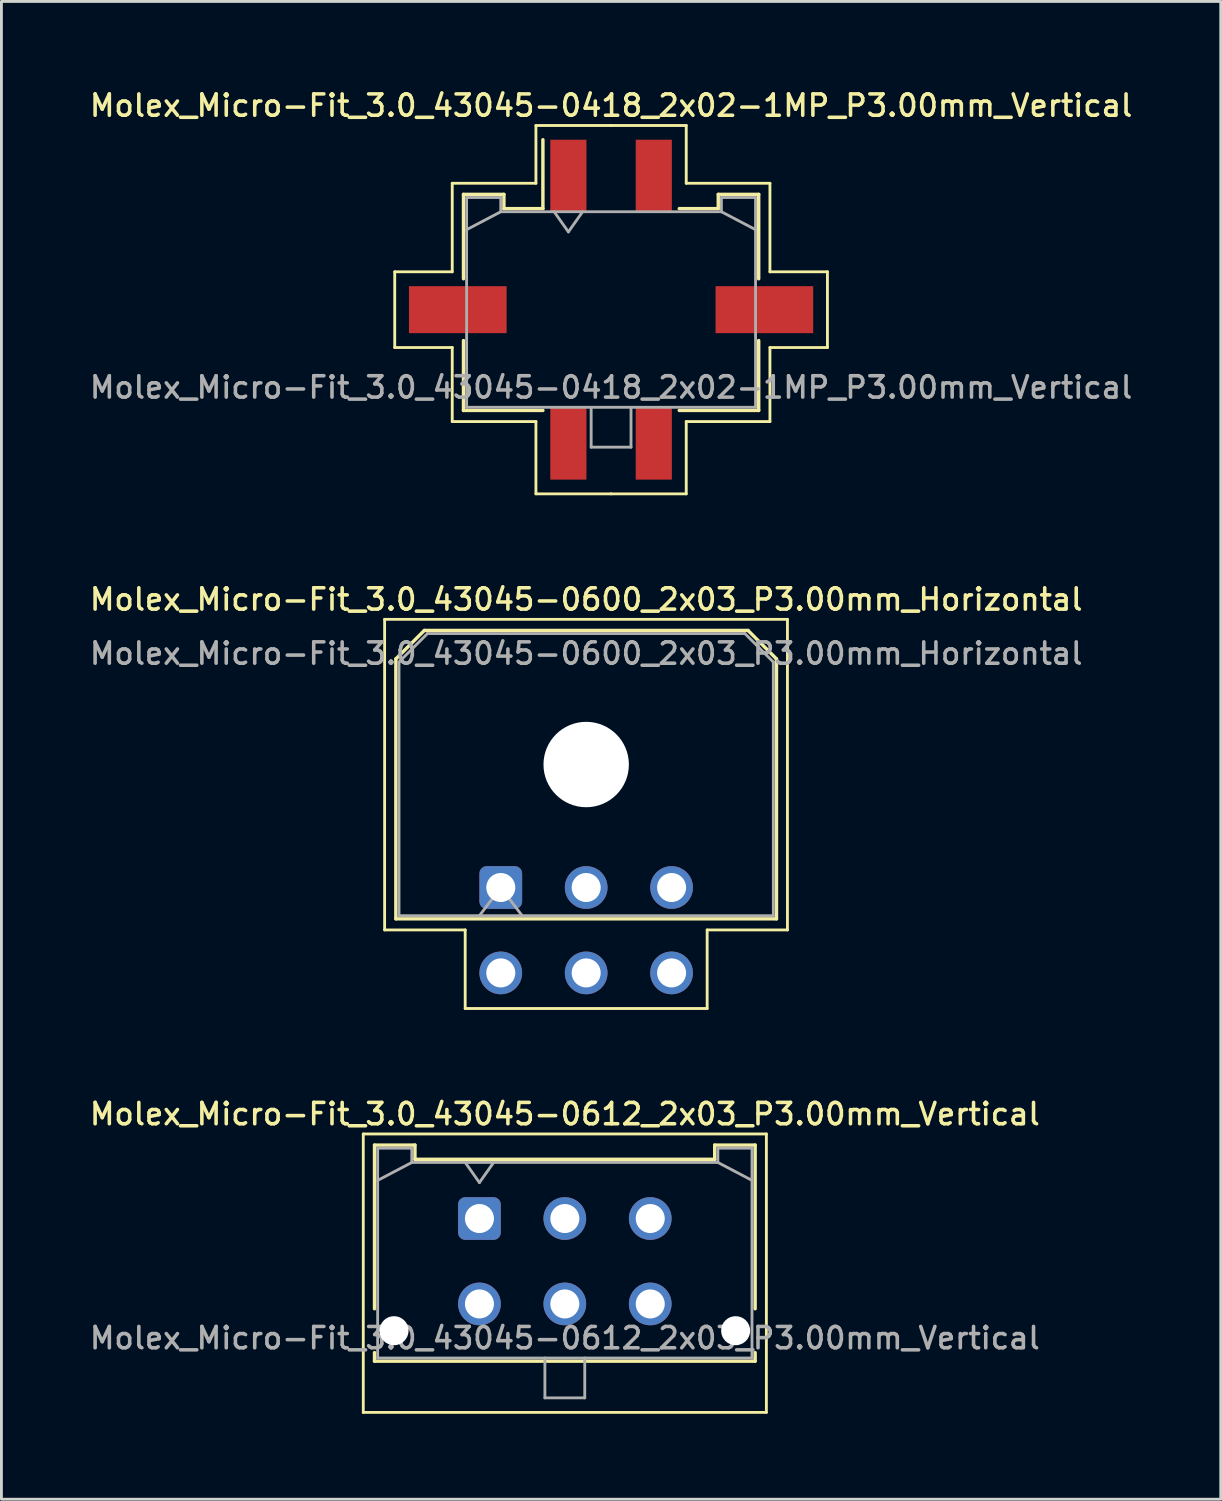
<source format=kicad_pcb>
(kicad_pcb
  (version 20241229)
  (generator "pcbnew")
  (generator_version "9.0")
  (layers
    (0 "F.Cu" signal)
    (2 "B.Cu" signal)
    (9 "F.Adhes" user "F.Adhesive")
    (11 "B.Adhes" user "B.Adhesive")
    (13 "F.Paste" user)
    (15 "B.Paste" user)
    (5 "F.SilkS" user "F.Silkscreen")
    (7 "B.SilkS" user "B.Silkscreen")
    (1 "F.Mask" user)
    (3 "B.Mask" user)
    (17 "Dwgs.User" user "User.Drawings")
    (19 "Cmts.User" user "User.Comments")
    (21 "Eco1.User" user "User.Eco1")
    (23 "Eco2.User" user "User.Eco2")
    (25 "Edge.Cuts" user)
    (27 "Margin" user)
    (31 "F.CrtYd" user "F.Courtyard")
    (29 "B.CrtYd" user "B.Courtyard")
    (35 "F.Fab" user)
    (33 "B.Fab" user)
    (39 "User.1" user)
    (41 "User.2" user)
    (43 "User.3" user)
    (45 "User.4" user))
  (footprint "Molex_Micro-Fit_3.0_43045-0600_2x03_P3.00mm_Horizontal"
    (layer "F.Cu")
    (at 14.541 28.126)
    (property "Reference" "Molex_Micro-Fit_3.0_43045-0600_2x03_P3.00mm_Horizontal" (at 3 -10.12 0) (layer "F.SilkS") (effects (font (size 0.75 0.75) (thickness 0.125))))
    (attr through_hole)
    (fp_line (start -4.08 -9.42) (end 10.07 -9.42) (stroke (width 0.1) (type solid)) (layer "F.SilkS"))
    (fp_line (start -4.08 1.49) (end -4.08 -9.42) (stroke (width 0.1) (type solid)) (layer "F.SilkS"))
    (fp_line (start -3.685 -8.03) (end -2.685 -9.03) (stroke (width 0.12) (type solid)) (layer "F.SilkS"))
    (fp_line (start -3.685 1.1) (end -3.685 -8.03) (stroke (width 0.12) (type solid)) (layer "F.SilkS"))
    (fp_line (start -2.685 -9.03) (end 8.685 -9.03) (stroke (width 0.12) (type solid)) (layer "F.SilkS"))
    (fp_line (start -1.25 1.49) (end -4.08 1.49) (stroke (width 0.1) (type solid)) (layer "F.SilkS"))
    (fp_line (start -1.25 4.25) (end -1.25 1.49) (stroke (width 0.1) (type solid)) (layer "F.SilkS"))
    (fp_line (start 7.25 1.49) (end 7.25 4.25) (stroke (width 0.1) (type solid)) (layer "F.SilkS"))
    (fp_line (start 7.25 4.25) (end -1.25 4.25) (stroke (width 0.1) (type solid)) (layer "F.SilkS"))
    (fp_line (start 8.685 -9.03) (end 9.685 -8.03) (stroke (width 0.12) (type solid)) (layer "F.SilkS"))
    (fp_line (start 9.685 -8.03) (end 9.685 1.1) (stroke (width 0.12) (type solid)) (layer "F.SilkS"))
    (fp_line (start 9.685 1.1) (end -3.685 1.1) (stroke (width 0.12) (type solid)) (layer "F.SilkS"))
    (fp_line (start 10.07 -9.42) (end 10.07 1.49) (stroke (width 0.1) (type solid)) (layer "F.SilkS"))
    (fp_line (start 10.07 1.49) (end 7.25 1.49) (stroke (width 0.1) (type solid)) (layer "F.SilkS"))
    (fp_line (start -3.575 -7.92) (end -2.575 -8.92) (stroke (width 0.1) (type solid)) (layer "F.Fab"))
    (fp_line (start -3.575 0.99) (end -3.575 -7.92) (stroke (width 0.1) (type solid)) (layer "F.Fab"))
    (fp_line (start -2.575 -8.92) (end 8.575 -8.92) (stroke (width 0.1) (type solid)) (layer "F.Fab"))
    (fp_line (start -0.75 0.99) (end 0 0) (stroke (width 0.1) (type solid)) (layer "F.Fab"))
    (fp_line (start 0 0) (end 0.75 0.99) (stroke (width 0.1) (type solid)) (layer "F.Fab"))
    (fp_line (start 8.575 -8.92) (end 9.575 -7.92) (stroke (width 0.1) (type solid)) (layer "F.Fab"))
    (fp_line (start 9.575 -7.92) (end 9.575 0.99) (stroke (width 0.1) (type solid)) (layer "F.Fab"))
    (fp_line (start 9.575 0.99) (end -3.575 0.99) (stroke (width 0.1) (type solid)) (layer "F.Fab"))
    (fp_text user "${REFERENCE}" (at 3 -8.22 0) (layer "F.Fab") (effects (font (size 0.75 0.75) (thickness 0.125))))
    (pad "" np_thru_hole circle (at 3 -4.32) (size 3 3) (drill 3) (layers "*.Cu" "*.Mask"))
    (pad "1" thru_hole roundrect (at 0 0) (size 1.5 1.5) (drill 1.02) (layers "*.Cu" "*.Mask") (roundrect_rratio 0.167))
    (pad "2" thru_hole circle (at 3 0) (size 1.5 1.5) (drill 1.02) (layers "*.Cu" "*.Mask"))
    (pad "3" thru_hole circle (at 6 0) (size 1.5 1.5) (drill 1.02) (layers "*.Cu" "*.Mask"))
    (pad "4" thru_hole circle (at 0 3) (size 1.5 1.5) (drill 1.02) (layers "*.Cu" "*.Mask"))
    (pad "5" thru_hole circle (at 3 3) (size 1.5 1.5) (drill 1.02) (layers "*.Cu" "*.Mask"))
    (pad "6" thru_hole circle (at 6 3) (size 1.5 1.5) (drill 1.02) (layers "*.Cu" "*.Mask")))
  (footprint "Molex_Micro-Fit_3.0_43045-0418_2x02-1MP_P3.00mm_Vertical"
    (layer "F.Cu")
    (at 18.416 7.828)
    (property "Reference" "Molex_Micro-Fit_3.0_43045-0418_2x02-1MP_P3.00mm_Vertical" (at 0 -7.17 0) (layer "F.SilkS") (effects (font (size 0.75 0.75) (thickness 0.125))))
    (attr smd)
    (fp_line (start -7.6 -1.33) (end -7.6 1.33) (stroke (width 0.1) (type solid)) (layer "F.SilkS"))
    (fp_line (start -7.6 1.33) (end -5.58 1.33) (stroke (width 0.1) (type solid)) (layer "F.SilkS"))
    (fp_line (start -5.58 -4.44) (end -5.58 -1.33) (stroke (width 0.1) (type solid)) (layer "F.SilkS"))
    (fp_line (start -5.58 -1.33) (end -7.6 -1.33) (stroke (width 0.1) (type solid)) (layer "F.SilkS"))
    (fp_line (start -5.58 1.33) (end -5.58 3.93) (stroke (width 0.1) (type solid)) (layer "F.SilkS"))
    (fp_line (start -5.58 3.93) (end -2.64 3.93) (stroke (width 0.1) (type solid)) (layer "F.SilkS"))
    (fp_line (start -5.185 -4.05) (end -3.765 -4.05) (stroke (width 0.12) (type solid)) (layer "F.SilkS"))
    (fp_line (start -5.185 -1.085) (end -5.185 -4.05) (stroke (width 0.12) (type solid)) (layer "F.SilkS"))
    (fp_line (start -5.185 1.085) (end -5.185 3.54) (stroke (width 0.12) (type solid)) (layer "F.SilkS"))
    (fp_line (start -5.185 3.54) (end -2.395 3.54) (stroke (width 0.12) (type solid)) (layer "F.SilkS"))
    (fp_line (start -3.765 -4.05) (end -3.765 -3.55) (stroke (width 0.12) (type solid)) (layer "F.SilkS"))
    (fp_line (start -3.765 -3.55) (end -2.395 -3.55) (stroke (width 0.12) (type solid)) (layer "F.SilkS"))
    (fp_line (start -2.64 -6.47) (end -2.64 -4.44) (stroke (width 0.1) (type solid)) (layer "F.SilkS"))
    (fp_line (start -2.64 -4.44) (end -5.58 -4.44) (stroke (width 0.1) (type solid)) (layer "F.SilkS"))
    (fp_line (start -2.64 3.93) (end -2.64 6.47) (stroke (width 0.1) (type solid)) (layer "F.SilkS"))
    (fp_line (start -2.64 6.47) (end 0 6.47) (stroke (width 0.1) (type solid)) (layer "F.SilkS"))
    (fp_line (start -2.395 -3.55) (end -2.395 -5.97) (stroke (width 0.12) (type solid)) (layer "F.SilkS"))
    (fp_line (start 0 -6.47) (end -2.64 -6.47) (stroke (width 0.1) (type solid)) (layer "F.SilkS"))
    (fp_line (start 0 -6.47) (end 2.64 -6.47) (stroke (width 0.1) (type solid)) (layer "F.SilkS"))
    (fp_line (start 2.64 -6.47) (end 2.64 -4.44) (stroke (width 0.1) (type solid)) (layer "F.SilkS"))
    (fp_line (start 2.64 -4.44) (end 5.58 -4.44) (stroke (width 0.1) (type solid)) (layer "F.SilkS"))
    (fp_line (start 2.64 3.93) (end 2.64 6.47) (stroke (width 0.1) (type solid)) (layer "F.SilkS"))
    (fp_line (start 2.64 6.47) (end 0 6.47) (stroke (width 0.1) (type solid)) (layer "F.SilkS"))
    (fp_line (start 3.765 -4.05) (end 3.765 -3.55) (stroke (width 0.12) (type solid)) (layer "F.SilkS"))
    (fp_line (start 3.765 -3.55) (end 2.395 -3.55) (stroke (width 0.12) (type solid)) (layer "F.SilkS"))
    (fp_line (start 5.185 -4.05) (end 3.765 -4.05) (stroke (width 0.12) (type solid)) (layer "F.SilkS"))
    (fp_line (start 5.185 -1.085) (end 5.185 -4.05) (stroke (width 0.12) (type solid)) (layer "F.SilkS"))
    (fp_line (start 5.185 1.085) (end 5.185 3.54) (stroke (width 0.12) (type solid)) (layer "F.SilkS"))
    (fp_line (start 5.185 3.54) (end 2.395 3.54) (stroke (width 0.12) (type solid)) (layer "F.SilkS"))
    (fp_line (start 5.58 -4.44) (end 5.58 -1.33) (stroke (width 0.1) (type solid)) (layer "F.SilkS"))
    (fp_line (start 5.58 -1.33) (end 7.6 -1.33) (stroke (width 0.1) (type solid)) (layer "F.SilkS"))
    (fp_line (start 5.58 1.33) (end 5.58 3.93) (stroke (width 0.1) (type solid)) (layer "F.SilkS"))
    (fp_line (start 5.58 3.93) (end 2.64 3.93) (stroke (width 0.1) (type solid)) (layer "F.SilkS"))
    (fp_line (start 7.6 -1.33) (end 7.6 1.33) (stroke (width 0.1) (type solid)) (layer "F.SilkS"))
    (fp_line (start 7.6 1.33) (end 5.58 1.33) (stroke (width 0.1) (type solid)) (layer "F.SilkS"))
    (fp_line (start -5.075 -3.94) (end -5.075 3.43) (stroke (width 0.1) (type solid)) (layer "F.Fab"))
    (fp_line (start -5.075 -2.81) (end -3.875 -3.44) (stroke (width 0.1) (type solid)) (layer "F.Fab"))
    (fp_line (start -5.075 3.43) (end 5.075 3.43) (stroke (width 0.1) (type solid)) (layer "F.Fab"))
    (fp_line (start -3.875 -3.94) (end -5.075 -3.94) (stroke (width 0.1) (type solid)) (layer "F.Fab"))
    (fp_line (start -3.875 -3.44) (end -3.875 -3.94) (stroke (width 0.1) (type solid)) (layer "F.Fab"))
    (fp_line (start -2 -3.44) (end -1.5 -2.733) (stroke (width 0.1) (type solid)) (layer "F.Fab"))
    (fp_line (start -1.5 -2.733) (end -1 -3.44) (stroke (width 0.1) (type solid)) (layer "F.Fab"))
    (fp_line (start -0.7 3.43) (end -0.7 4.83) (stroke (width 0.1) (type solid)) (layer "F.Fab"))
    (fp_line (start -0.7 4.83) (end 0.7 4.83) (stroke (width 0.1) (type solid)) (layer "F.Fab"))
    (fp_line (start 0.7 4.83) (end 0.7 3.43) (stroke (width 0.1) (type solid)) (layer "F.Fab"))
    (fp_line (start 3.875 -3.94) (end 3.875 -3.44) (stroke (width 0.1) (type solid)) (layer "F.Fab"))
    (fp_line (start 3.875 -3.44) (end -3.875 -3.44) (stroke (width 0.1) (type solid)) (layer "F.Fab"))
    (fp_line (start 5.075 -3.94) (end 3.875 -3.94) (stroke (width 0.1) (type solid)) (layer "F.Fab"))
    (fp_line (start 5.075 -2.81) (end 3.875 -3.44) (stroke (width 0.1) (type solid)) (layer "F.Fab"))
    (fp_line (start 5.075 3.43) (end 5.075 -3.94) (stroke (width 0.1) (type solid)) (layer "F.Fab"))
    (fp_text user "${REFERENCE}" (at 0 2.73 0) (layer "F.Fab") (effects (font (size 0.75 0.75) (thickness 0.125))))
    (pad "1" smd rect (at -1.5 -4.7) (size 1.27 2.54) (layers "F.Cu" "F.Mask" "F.Paste"))
    (pad "2" smd rect (at 1.5 -4.7) (size 1.27 2.54) (layers "F.Cu" "F.Mask" "F.Paste"))
    (pad "3" smd rect (at -1.5 4.7) (size 1.27 2.54) (layers "F.Cu" "F.Mask" "F.Paste"))
    (pad "4" smd rect (at 1.5 4.7) (size 1.27 2.54) (layers "F.Cu" "F.Mask" "F.Paste"))
    (pad "MP" smd rect (at -5.385 0) (size 3.43 1.65) (layers "F.Cu" "F.Mask" "F.Paste"))
    (pad "MP" smd rect (at 5.385 0) (size 3.43 1.65) (layers "F.Cu" "F.Mask" "F.Paste")))
  (footprint "Molex_Micro-Fit_3.0_43045-0612_2x03_P3.00mm_Vertical"
    (layer "F.Cu")
    (at 13.791 39.754)
    (property "Reference" "Molex_Micro-Fit_3.0_43045-0612_2x03_P3.00mm_Vertical" (at 3 -3.67 0) (layer "F.SilkS") (effects (font (size 0.75 0.75) (thickness 0.125))))
    (attr through_hole)
    (fp_line (start -4.08 -2.97) (end 10.08 -2.97) (stroke (width 0.1) (type solid)) (layer "F.SilkS"))
    (fp_line (start -4.08 6.81) (end -4.08 -2.97) (stroke (width 0.1) (type solid)) (layer "F.SilkS"))
    (fp_line (start -3.685 -2.58) (end -2.265 -2.58) (stroke (width 0.12) (type solid)) (layer "F.SilkS"))
    (fp_line (start -3.685 3.17) (end -3.685 -2.58) (stroke (width 0.12) (type solid)) (layer "F.SilkS"))
    (fp_line (start -3.685 4.71) (end -3.685 5.01) (stroke (width 0.12) (type solid)) (layer "F.SilkS"))
    (fp_line (start -3.685 5.01) (end 9.685 5.01) (stroke (width 0.12) (type solid)) (layer "F.SilkS"))
    (fp_line (start -2.265 -2.58) (end -2.265 -2.08) (stroke (width 0.12) (type solid)) (layer "F.SilkS"))
    (fp_line (start -2.265 -2.08) (end 8.265 -2.08) (stroke (width 0.12) (type solid)) (layer "F.SilkS"))
    (fp_line (start 8.265 -2.58) (end 9.685 -2.58) (stroke (width 0.12) (type solid)) (layer "F.SilkS"))
    (fp_line (start 8.265 -2.08) (end 8.265 -2.58) (stroke (width 0.12) (type solid)) (layer "F.SilkS"))
    (fp_line (start 9.685 -2.58) (end 9.685 3.17) (stroke (width 0.12) (type solid)) (layer "F.SilkS"))
    (fp_line (start 9.685 5.01) (end 9.685 4.71) (stroke (width 0.12) (type solid)) (layer "F.SilkS"))
    (fp_line (start 10.08 -2.97) (end 10.08 6.81) (stroke (width 0.1) (type solid)) (layer "F.SilkS"))
    (fp_line (start 10.08 6.81) (end -4.08 6.81) (stroke (width 0.1) (type solid)) (layer "F.SilkS"))
    (fp_line (start -3.575 -2.47) (end -3.575 4.9) (stroke (width 0.1) (type solid)) (layer "F.Fab"))
    (fp_line (start -3.575 -1.34) (end -2.375 -1.97) (stroke (width 0.1) (type solid)) (layer "F.Fab"))
    (fp_line (start -3.575 4.9) (end 9.575 4.9) (stroke (width 0.1) (type solid)) (layer "F.Fab"))
    (fp_line (start -2.375 -2.47) (end -3.575 -2.47) (stroke (width 0.1) (type solid)) (layer "F.Fab"))
    (fp_line (start -2.375 -1.97) (end -2.375 -2.47) (stroke (width 0.1) (type solid)) (layer "F.Fab"))
    (fp_line (start -0.5 -1.97) (end 0 -1.263) (stroke (width 0.1) (type solid)) (layer "F.Fab"))
    (fp_line (start 0 -1.263) (end 0.5 -1.97) (stroke (width 0.1) (type solid)) (layer "F.Fab"))
    (fp_line (start 2.3 4.9) (end 2.3 6.3) (stroke (width 0.1) (type solid)) (layer "F.Fab"))
    (fp_line (start 2.3 6.3) (end 3.7 6.3) (stroke (width 0.1) (type solid)) (layer "F.Fab"))
    (fp_line (start 3.7 6.3) (end 3.7 4.9) (stroke (width 0.1) (type solid)) (layer "F.Fab"))
    (fp_line (start 8.375 -2.47) (end 8.375 -1.97) (stroke (width 0.1) (type solid)) (layer "F.Fab"))
    (fp_line (start 8.375 -1.97) (end -2.375 -1.97) (stroke (width 0.1) (type solid)) (layer "F.Fab"))
    (fp_line (start 9.575 -2.47) (end 8.375 -2.47) (stroke (width 0.1) (type solid)) (layer "F.Fab"))
    (fp_line (start 9.575 -1.34) (end 8.375 -1.97) (stroke (width 0.1) (type solid)) (layer "F.Fab"))
    (fp_line (start 9.575 4.9) (end 9.575 -2.47) (stroke (width 0.1) (type solid)) (layer "F.Fab"))
    (fp_text user "${REFERENCE}" (at 3 4.2 0) (layer "F.Fab") (effects (font (size 0.75 0.75) (thickness 0.125))))
    (pad "" np_thru_hole circle (at -3 3.94) (size 1.02 1.02) (drill 1.02) (layers "*.Cu" "*.Mask"))
    (pad "" np_thru_hole circle (at 9 3.94) (size 1.02 1.02) (drill 1.02) (layers "*.Cu" "*.Mask"))
    (pad "1" thru_hole roundrect (at 0 0) (size 1.5 1.5) (drill 1.02) (layers "*.Cu" "*.Mask") (roundrect_rratio 0.167))
    (pad "2" thru_hole circle (at 3 0) (size 1.5 1.5) (drill 1.02) (layers "*.Cu" "*.Mask"))
    (pad "3" thru_hole circle (at 6 0) (size 1.5 1.5) (drill 1.02) (layers "*.Cu" "*.Mask"))
    (pad "4" thru_hole circle (at 0 3) (size 1.5 1.5) (drill 1.02) (layers "*.Cu" "*.Mask"))
    (pad "5" thru_hole circle (at 3 3) (size 1.5 1.5) (drill 1.02) (layers "*.Cu" "*.Mask"))
    (pad "6" thru_hole circle (at 6 3) (size 1.5 1.5) (drill 1.02) (layers "*.Cu" "*.Mask")))
  (gr_rect
    (start -3 -3)
    (end 39.832 49.614)
    (stroke (width 0.1) (type default))
    (fill no)
    (layer "Edge.Cuts")))
</source>
